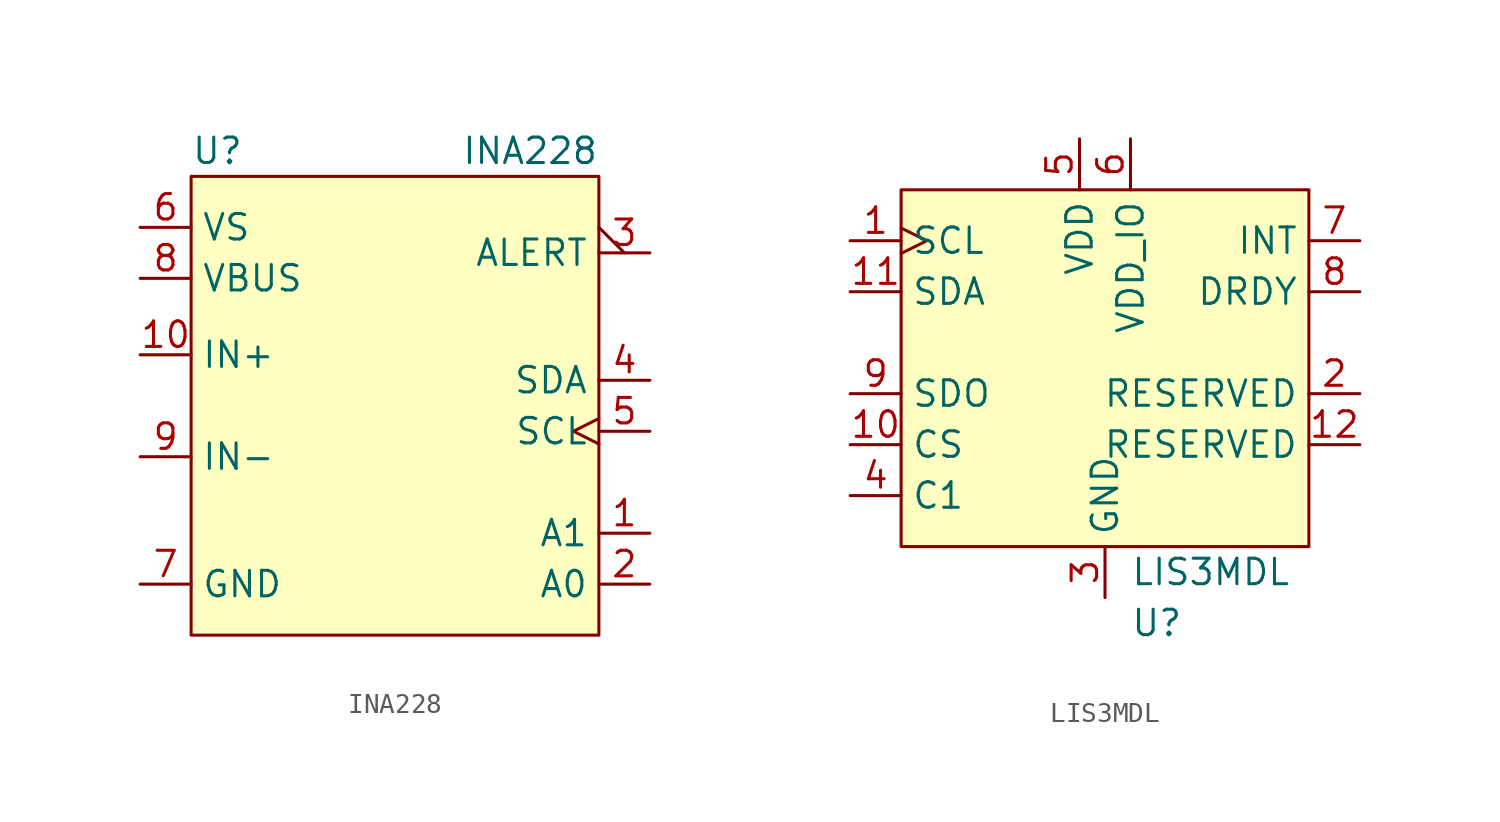
<source format=kicad_sym>
(kicad_symbol_lib
  (version 20220914)
  (generator kicad_symbol_editor)
  (symbol "INA228"
    (property "Reference" "U"
      (at -10.16 12.7 0)
      (do_not_autoplace)
      (effects (font (size 1.27 1.27)) (justify left)))
    (property "Value" "INA228"
      (at 10.16 12.7 0)
      (do_not_autoplace)
      (effects (font (size 1.27 1.27)) (justify right)))
    (symbol "INA228_0_0"
      (pin input line (at 12.7 -6.35 180) (length 2.54) (name "A1" (effects (font (size 1.27 1.27)))) (number "1" (effects (font (size 1.27 1.27)))))
      (pin input line (at -12.7 2.54 0) (length 2.54) (name "IN+" (effects (font (size 1.27 1.27)))) (number "10" (effects (font (size 1.27 1.27)))))
      (pin input line (at 12.7 -8.89 180) (length 2.54) (name "A0" (effects (font (size 1.27 1.27)))) (number "2" (effects (font (size 1.27 1.27)))))
      (pin output output_low (at 12.7 7.62 180) (length 2.54) (name "ALERT" (effects (font (size 1.27 1.27)))) (number "3" (effects (font (size 1.27 1.27)))))
      (pin bidirectional line (at 12.7 1.27 180) (length 2.54) (name "SDA" (effects (font (size 1.27 1.27)))) (number "4" (effects (font (size 1.27 1.27)))))
      (pin input clock (at 12.7 -1.27 180) (length 2.54) (name "SCL" (effects (font (size 1.27 1.27)))) (number "5" (effects (font (size 1.27 1.27)))))
      (pin power_in line (at -12.7 8.89 0) (length 2.54) (name "VS" (effects (font (size 1.27 1.27)))) (number "6" (effects (font (size 1.27 1.27)))))
      (pin passive line (at -12.7 -8.89 0) (length 2.54) (name "GND" (effects (font (size 1.27 1.27)))) (number "7" (effects (font (size 1.27 1.27)))))
      (pin power_in line (at -12.7 6.35 0) (length 2.54) (name "VBUS" (effects (font (size 1.27 1.27)))) (number "8" (effects (font (size 1.27 1.27)))))
      (pin input line (at -12.7 -2.54 0) (length 2.54) (name "IN-" (effects (font (size 1.27 1.27)))) (number "9" (effects (font (size 1.27 1.27))))))
    (symbol "INA228_1_1"
      (rectangle (start -10.16 11.43) (end 10.16 -11.43) (stroke (width 0) (type default)) (fill (type background)))))
  (symbol "LIS3MDL"
    (property "Reference" "U"
      (at 1.27 -21.59 0)
      (effects (font (size 1.27 1.27)) (justify left)))
    (property "Value" "LIS3MDL"
      (at 1.27 -19.05 0)
      (effects (font (size 1.27 1.27)) (justify left)))
    (property "populate" ""
      (at 0 0 0)
      (effects (font (size 1.27 1.27))))
    (symbol "LIS3MDL_0_1"
      (rectangle (start -10.16 0) (end 10.16 -17.78) (stroke (width 0) (type default)) (fill (type background))))
    (symbol "LIS3MDL_1_1"
      (pin input clock (at -12.7 -2.54 0) (length 2.54) (name "SCL" (effects (font (size 1.27 1.27)))) (number "1" (effects (font (size 1.27 1.27)))))
      (pin input line (at -12.7 -12.7 0) (length 2.54) (name "CS" (effects (font (size 1.27 1.27)))) (number "10" (effects (font (size 1.27 1.27)))))
      (pin input line (at -12.7 -5.08 0) (length 2.54) (name "SDA" (effects (font (size 1.27 1.27)))) (number "11" (effects (font (size 1.27 1.27)))))
      (pin input line (at 12.7 -12.7 180) (length 2.54) (name "RESERVED" (effects (font (size 1.27 1.27)))) (number "12" (effects (font (size 1.27 1.27)))))
      (pin passive line (at 12.7 -10.16 180) (length 2.54) (name "RESERVED" (effects (font (size 1.27 1.27)))) (number "2" (effects (font (size 1.27 1.27)))))
      (pin passive line (at 0 -20.32 90) (length 2.54) (name "GND" (effects (font (size 1.27 1.27)))) (number "3" (effects (font (size 1.27 1.27)))))
      (pin passive line (at -12.7 -15.24 0) (length 2.54) (name "C1" (effects (font (size 1.27 1.27)))) (number "4" (effects (font (size 1.27 1.27)))))
      (pin power_in line (at -1.27 2.54 270) (length 2.54) (name "VDD" (effects (font (size 1.27 1.27)))) (number "5" (effects (font (size 1.27 1.27)))))
      (pin power_in line (at 1.27 2.54 270) (length 2.54) (name "VDD_IO" (effects (font (size 1.27 1.27)))) (number "6" (effects (font (size 1.27 1.27)))))
      (pin output line (at 12.7 -2.54 180) (length 2.54) (name "INT" (effects (font (size 1.27 1.27)))) (number "7" (effects (font (size 1.27 1.27)))))
      (pin output line (at 12.7 -5.08 180) (length 2.54) (name "DRDY" (effects (font (size 1.27 1.27)))) (number "8" (effects (font (size 1.27 1.27)))))
      (pin output line (at -12.7 -10.16 0) (length 2.54) (name "SDO" (effects (font (size 1.27 1.27)))) (number "9" (effects (font (size 1.27 1.27))))))))
</source>
